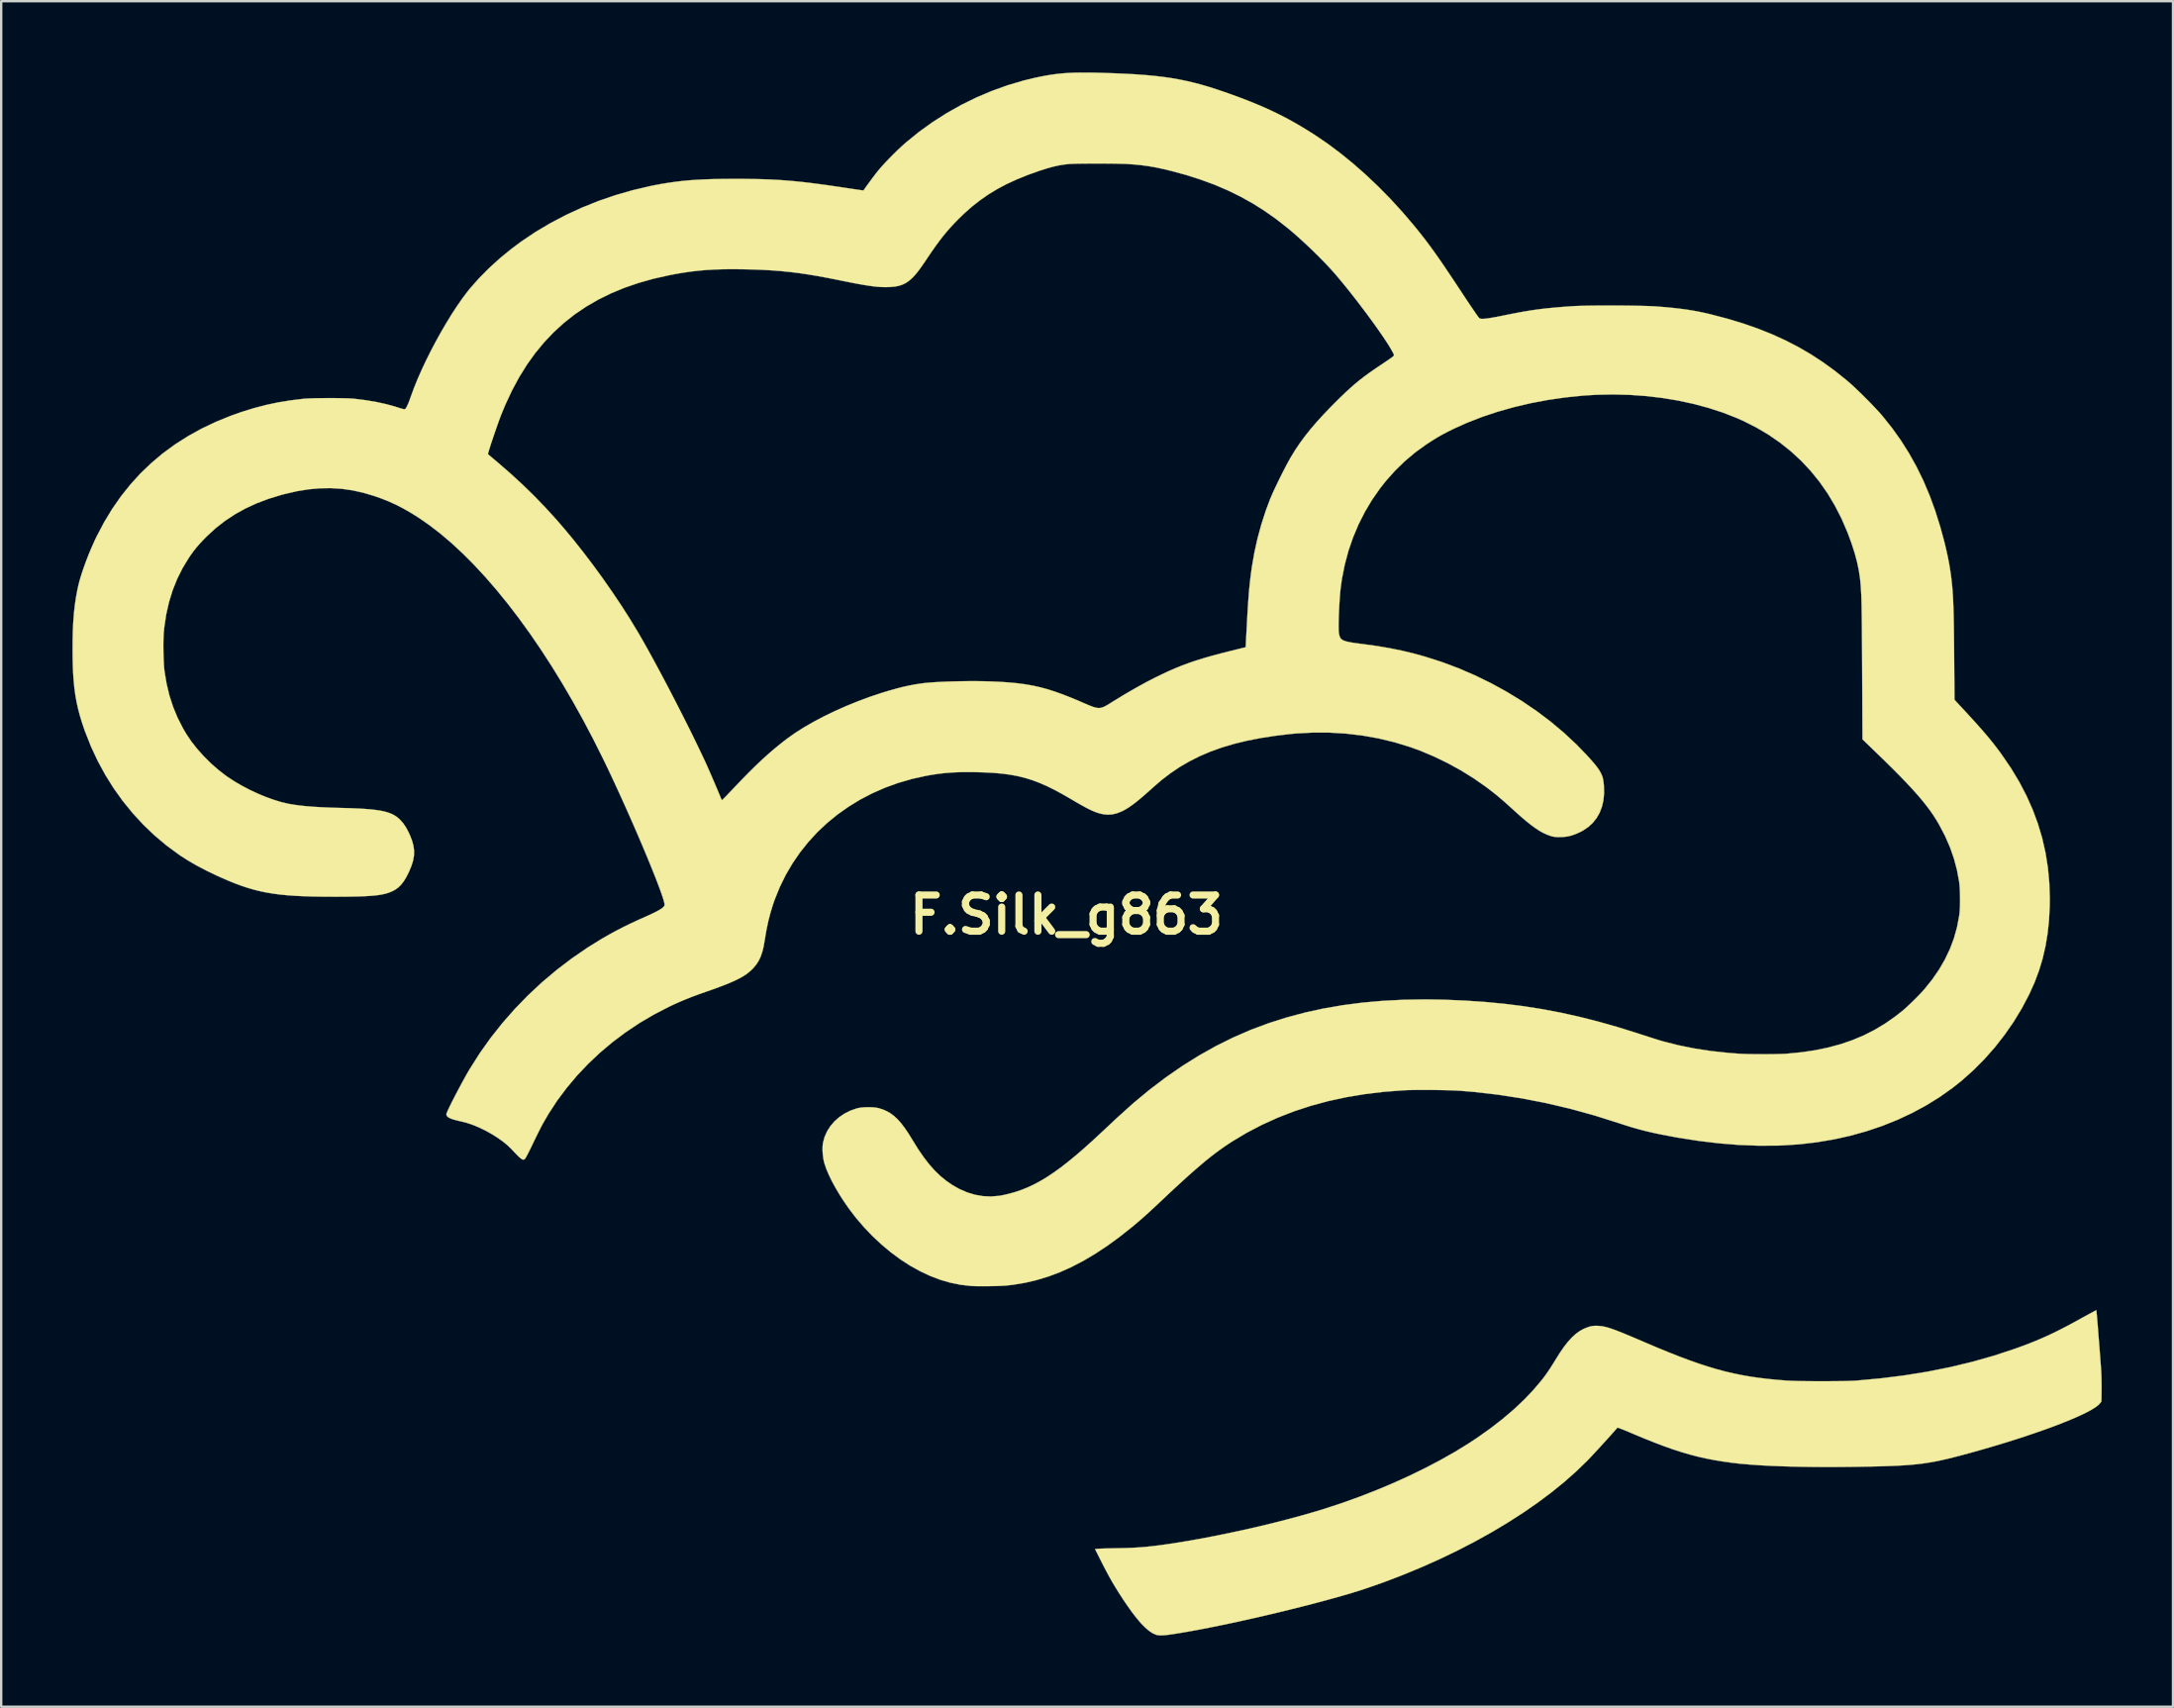
<source format=kicad_pcb>
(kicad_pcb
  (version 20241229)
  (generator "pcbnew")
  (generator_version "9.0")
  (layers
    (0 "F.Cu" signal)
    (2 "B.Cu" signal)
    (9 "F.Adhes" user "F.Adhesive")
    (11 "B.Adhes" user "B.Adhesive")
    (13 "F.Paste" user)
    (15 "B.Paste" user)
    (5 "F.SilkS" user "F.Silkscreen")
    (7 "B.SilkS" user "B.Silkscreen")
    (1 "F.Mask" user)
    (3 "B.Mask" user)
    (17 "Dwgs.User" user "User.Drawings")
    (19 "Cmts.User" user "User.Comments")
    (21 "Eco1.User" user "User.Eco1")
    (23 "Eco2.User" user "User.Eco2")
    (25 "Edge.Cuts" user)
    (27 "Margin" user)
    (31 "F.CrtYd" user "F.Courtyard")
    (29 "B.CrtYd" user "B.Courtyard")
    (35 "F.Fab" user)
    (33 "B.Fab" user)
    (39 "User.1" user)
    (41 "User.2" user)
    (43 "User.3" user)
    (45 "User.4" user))
  (footprint "F.Silk_g863"
    (layer "F.Cu")
    (at 41.839 35.454)
    (property "Reference" "F.Silk_g863" (at 0 0 0) (layer "F.SilkS") (effects (font (size 1.524 1.524) (thickness 0.3))))
    (attr through_hole)
    (fp_poly (pts (xy 43.361 16.663) (xy 43.367 16.724) (xy 43.376 16.817) (xy 43.386 16.94) (xy 43.399 17.088) (xy 43.413 17.255) (xy 43.428 17.439) (xy 43.443 17.634) (xy 43.459 17.836) (xy 43.475 18.041) (xy 43.491 18.244) (xy 43.506 18.441) (xy 43.521 18.628) (xy 43.533 18.799) (xy 43.545 18.952) (xy 43.554 19.08) (xy 43.56 19.181) (xy 43.563 19.219) (xy 43.57 19.375) (xy 43.575 19.556) (xy 43.578 19.746) (xy 43.579 19.929) (xy 43.578 20.047) (xy 43.572 20.482) (xy 43.511 20.562) (xy 43.434 20.641) (xy 43.317 20.729) (xy 43.163 20.825) (xy 42.974 20.928) (xy 42.75 21.038) (xy 42.495 21.154) (xy 42.209 21.276) (xy 41.895 21.402) (xy 41.554 21.533) (xy 41.188 21.666) (xy 40.799 21.802) (xy 40.39 21.941) (xy 39.961 22.08) (xy 39.515 22.22) (xy 39.053 22.359) (xy 38.577 22.498) (xy 38.089 22.636) (xy 38 22.66) (xy 37.67 22.749) (xy 37.368 22.828) (xy 37.088 22.897) (xy 36.824 22.957) (xy 36.572 23.008) (xy 36.325 23.052) (xy 36.079 23.09) (xy 35.829 23.121) (xy 35.568 23.146) (xy 35.292 23.167) (xy 34.995 23.184) (xy 34.672 23.198) (xy 34.318 23.21) (xy 33.927 23.219) (xy 33.901 23.22) (xy 33.213 23.232) (xy 32.551 23.239) (xy 31.915 23.241) (xy 31.308 23.236) (xy 30.731 23.227) (xy 30.186 23.212) (xy 29.674 23.192) (xy 29.198 23.167) (xy 28.759 23.136) (xy 28.358 23.101) (xy 27.998 23.06) (xy 27.993 23.059) (xy 27.628 23.008) (xy 27.276 22.95) (xy 26.933 22.883) (xy 26.593 22.807) (xy 26.253 22.718) (xy 25.906 22.617) (xy 25.549 22.502) (xy 25.175 22.37) (xy 24.781 22.221) (xy 24.362 22.054) (xy 23.912 21.867) (xy 23.814 21.825) (xy 23.665 21.762) (xy 23.528 21.705) (xy 23.409 21.658) (xy 23.312 21.62) (xy 23.242 21.595) (xy 23.204 21.584) (xy 23.198 21.584) (xy 23.119 21.675) (xy 23.018 21.789) (xy 22.9 21.921) (xy 22.77 22.065) (xy 22.633 22.216) (xy 22.494 22.368) (xy 22.358 22.516) (xy 22.23 22.655) (xy 22.115 22.779) (xy 22.018 22.882) (xy 21.943 22.959) (xy 21.94 22.963) (xy 21.472 23.417) (xy 20.964 23.867) (xy 20.419 24.309) (xy 19.837 24.744) (xy 19.223 25.169) (xy 18.576 25.584) (xy 17.901 25.987) (xy 17.198 26.378) (xy 16.471 26.754) (xy 15.72 27.115) (xy 14.949 27.459) (xy 14.16 27.785) (xy 13.354 28.093) (xy 12.647 28.341) (xy 12.345 28.44) (xy 12.005 28.545) (xy 11.632 28.654) (xy 11.229 28.768) (xy 10.801 28.885) (xy 10.352 29.004) (xy 9.886 29.123) (xy 9.406 29.243) (xy 8.918 29.362) (xy 8.425 29.479) (xy 7.931 29.593) (xy 7.441 29.703) (xy 6.958 29.808) (xy 6.487 29.907) (xy 6.032 29.999) (xy 5.596 30.084) (xy 5.185 30.159) (xy 4.921 30.205) (xy 4.685 30.244) (xy 4.486 30.275) (xy 4.32 30.299) (xy 4.182 30.315) (xy 4.069 30.324) (xy 3.976 30.327) (xy 3.898 30.324) (xy 3.832 30.314) (xy 3.773 30.299) (xy 3.756 30.293) (xy 3.617 30.229) (xy 3.469 30.128) (xy 3.309 29.989) (xy 3.137 29.813) (xy 2.954 29.598) (xy 2.758 29.344) (xy 2.55 29.051) (xy 2.386 28.808) (xy 2.217 28.547) (xy 2.067 28.306) (xy 1.928 28.074) (xy 1.796 27.839) (xy 1.662 27.59) (xy 1.52 27.316) (xy 1.491 27.259) (xy 1.207 26.694) (xy 1.318 26.683) (xy 1.366 26.68) (xy 1.45 26.676) (xy 1.565 26.672) (xy 1.704 26.668) (xy 1.861 26.665) (xy 2.03 26.661) (xy 2.127 26.659) (xy 2.425 26.653) (xy 2.693 26.644) (xy 2.941 26.632) (xy 3.178 26.616) (xy 3.413 26.595) (xy 3.657 26.568) (xy 3.917 26.536) (xy 4.204 26.496) (xy 4.4 26.467) (xy 4.982 26.375) (xy 5.589 26.269) (xy 6.213 26.15) (xy 6.848 26.021) (xy 7.487 25.883) (xy 8.123 25.738) (xy 8.749 25.586) (xy 9.358 25.43) (xy 9.944 25.271) (xy 10.499 25.111) (xy 10.874 24.996) (xy 11.614 24.753) (xy 12.348 24.489) (xy 13.07 24.207) (xy 13.776 23.91) (xy 14.464 23.598) (xy 15.128 23.273) (xy 15.764 22.938) (xy 16.37 22.595) (xy 16.939 22.244) (xy 17.283 22.018) (xy 17.841 21.623) (xy 18.357 21.223) (xy 18.833 20.819) (xy 19.268 20.409) (xy 19.664 19.992) (xy 20.005 19.59) (xy 20.13 19.427) (xy 20.252 19.257) (xy 20.377 19.07) (xy 20.51 18.859) (xy 20.594 18.722) (xy 20.775 18.434) (xy 20.947 18.184) (xy 21.114 17.97) (xy 21.278 17.79) (xy 21.441 17.641) (xy 21.607 17.52) (xy 21.778 17.425) (xy 21.956 17.354) (xy 22.056 17.324) (xy 22.152 17.305) (xy 22.254 17.297) (xy 22.378 17.299) (xy 22.394 17.3) (xy 22.473 17.306) (xy 22.552 17.316) (xy 22.634 17.331) (xy 22.724 17.352) (xy 22.825 17.38) (xy 22.938 17.417) (xy 23.068 17.463) (xy 23.218 17.52) (xy 23.391 17.588) (xy 23.59 17.67) (xy 23.818 17.765) (xy 24.078 17.876) (xy 24.37 18.001) (xy 24.876 18.216) (xy 25.349 18.41) (xy 25.793 18.586) (xy 26.213 18.743) (xy 26.613 18.884) (xy 26.996 19.009) (xy 27.366 19.12) (xy 27.728 19.217) (xy 28.086 19.301) (xy 28.443 19.374) (xy 28.804 19.437) (xy 29.173 19.49) (xy 29.553 19.535) (xy 29.949 19.574) (xy 30.342 19.604) (xy 30.47 19.611) (xy 30.632 19.617) (xy 30.825 19.622) (xy 31.041 19.626) (xy 31.274 19.629) (xy 31.52 19.63) (xy 31.772 19.631) (xy 32.024 19.631) (xy 32.27 19.629) (xy 32.505 19.627) (xy 32.723 19.624) (xy 32.918 19.619) (xy 33.083 19.613) (xy 33.214 19.607) (xy 33.242 19.605) (xy 34.276 19.51) (xy 35.281 19.384) (xy 36.26 19.226) (xy 37.213 19.035) (xy 38.139 18.812) (xy 39.039 18.557) (xy 39.914 18.269) (xy 40.227 18.156) (xy 40.512 18.048) (xy 40.782 17.941) (xy 41.042 17.831) (xy 41.3 17.716) (xy 41.561 17.593) (xy 41.833 17.458) (xy 42.121 17.309) (xy 42.433 17.142) (xy 42.732 16.977) (xy 42.88 16.896) (xy 43.015 16.822) (xy 43.134 16.757) (xy 43.232 16.705) (xy 43.304 16.666) (xy 43.348 16.645) (xy 43.358 16.641) (xy 43.361 16.663)) (stroke (width 0.01) (type solid)) (fill yes) (layer "F.SilkS"))
    (fp_poly (pts (xy 0.925 -35.449) (xy 1.261 -35.443) (xy 1.556 -35.435) (xy 2.054 -35.418) (xy 2.513 -35.398) (xy 2.94 -35.374) (xy 3.337 -35.344) (xy 3.709 -35.31) (xy 4.061 -35.269) (xy 4.397 -35.221) (xy 4.721 -35.165) (xy 5.038 -35.101) (xy 5.351 -35.028) (xy 5.666 -34.945) (xy 5.987 -34.852) (xy 6.317 -34.747) (xy 6.662 -34.63) (xy 6.847 -34.565) (xy 7.327 -34.39) (xy 7.771 -34.218) (xy 8.186 -34.046) (xy 8.579 -33.871) (xy 8.956 -33.689) (xy 9.324 -33.499) (xy 9.689 -33.295) (xy 10.058 -33.076) (xy 10.437 -32.838) (xy 10.467 -32.819) (xy 11.001 -32.456) (xy 11.538 -32.054) (xy 12.075 -31.617) (xy 12.608 -31.148) (xy 13.134 -30.649) (xy 13.649 -30.125) (xy 14.15 -29.577) (xy 14.634 -29.01) (xy 14.762 -28.853) (xy 14.897 -28.684) (xy 15.027 -28.519) (xy 15.154 -28.354) (xy 15.28 -28.185) (xy 15.409 -28.009) (xy 15.542 -27.823) (xy 15.683 -27.624) (xy 15.833 -27.407) (xy 15.994 -27.169) (xy 16.17 -26.907) (xy 16.363 -26.618) (xy 16.575 -26.297) (xy 16.668 -26.156) (xy 16.79 -25.971) (xy 16.907 -25.795) (xy 17.016 -25.633) (xy 17.115 -25.487) (xy 17.202 -25.361) (xy 17.273 -25.258) (xy 17.328 -25.181) (xy 17.363 -25.135) (xy 17.375 -25.122) (xy 17.406 -25.101) (xy 17.44 -25.089) (xy 17.488 -25.084) (xy 17.56 -25.086) (xy 17.621 -25.09) (xy 17.697 -25.098) (xy 17.805 -25.114) (xy 17.938 -25.136) (xy 18.086 -25.162) (xy 18.241 -25.192) (xy 18.33 -25.21) (xy 18.662 -25.278) (xy 18.962 -25.336) (xy 19.238 -25.387) (xy 19.498 -25.43) (xy 19.751 -25.468) (xy 20.003 -25.501) (xy 20.263 -25.53) (xy 20.539 -25.557) (xy 20.839 -25.583) (xy 21.171 -25.607) (xy 21.294 -25.616) (xy 21.435 -25.624) (xy 21.612 -25.63) (xy 21.821 -25.636) (xy 22.056 -25.64) (xy 22.311 -25.643) (xy 22.581 -25.645) (xy 22.86 -25.645) (xy 23.144 -25.645) (xy 23.425 -25.643) (xy 23.7 -25.64) (xy 23.962 -25.636) (xy 24.207 -25.631) (xy 24.428 -25.625) (xy 24.62 -25.618) (xy 24.778 -25.61) (xy 24.839 -25.606) (xy 25.208 -25.576) (xy 25.542 -25.544) (xy 25.847 -25.509) (xy 26.13 -25.471) (xy 26.398 -25.428) (xy 26.659 -25.379) (xy 26.918 -25.323) (xy 27.125 -25.274) (xy 27.82 -25.092) (xy 28.478 -24.893) (xy 29.103 -24.676) (xy 29.698 -24.439) (xy 30.267 -24.18) (xy 30.813 -23.899) (xy 31.339 -23.593) (xy 31.849 -23.26) (xy 32.345 -22.9) (xy 32.831 -22.511) (xy 32.904 -22.449) (xy 33.04 -22.33) (xy 33.197 -22.185) (xy 33.368 -22.023) (xy 33.546 -21.848) (xy 33.726 -21.669) (xy 33.901 -21.49) (xy 34.064 -21.318) (xy 34.21 -21.161) (xy 34.331 -21.023) (xy 34.353 -20.997) (xy 34.757 -20.492) (xy 35.13 -19.969) (xy 35.473 -19.427) (xy 35.787 -18.863) (xy 36.075 -18.275) (xy 36.336 -17.66) (xy 36.572 -17.016) (xy 36.785 -16.34) (xy 36.957 -15.707) (xy 37.037 -15.375) (xy 37.104 -15.073) (xy 37.159 -14.788) (xy 37.205 -14.512) (xy 37.22 -14.41) (xy 37.241 -14.26) (xy 37.259 -14.112) (xy 37.276 -13.964) (xy 37.291 -13.813) (xy 37.304 -13.655) (xy 37.315 -13.488) (xy 37.326 -13.308) (xy 37.334 -13.112) (xy 37.342 -12.897) (xy 37.349 -12.66) (xy 37.355 -12.398) (xy 37.36 -12.108) (xy 37.364 -11.786) (xy 37.368 -11.429) (xy 37.372 -11.034) (xy 37.373 -10.839) (xy 37.387 -9.052) (xy 37.879 -8.521) (xy 38.123 -8.255) (xy 38.341 -8.014) (xy 38.537 -7.793) (xy 38.714 -7.588) (xy 38.876 -7.394) (xy 39.028 -7.205) (xy 39.172 -7.018) (xy 39.314 -6.829) (xy 39.389 -6.724) (xy 39.774 -6.159) (xy 40.117 -5.588) (xy 40.418 -5.011) (xy 40.679 -4.426) (xy 40.898 -3.834) (xy 41.078 -3.231) (xy 41.217 -2.618) (xy 41.317 -1.992) (xy 41.377 -1.354) (xy 41.399 -0.701) (xy 41.395 -0.36) (xy 41.365 0.227) (xy 41.306 0.785) (xy 41.217 1.321) (xy 41.098 1.838) (xy 40.946 2.341) (xy 40.762 2.835) (xy 40.543 3.322) (xy 40.525 3.359) (xy 40.218 3.941) (xy 39.874 4.506) (xy 39.496 5.051) (xy 39.087 5.574) (xy 38.649 6.07) (xy 38.185 6.537) (xy 37.697 6.972) (xy 37.303 7.286) (xy 36.763 7.669) (xy 36.195 8.021) (xy 35.601 8.341) (xy 34.983 8.63) (xy 34.342 8.886) (xy 33.68 9.109) (xy 33 9.298) (xy 32.302 9.453) (xy 31.589 9.573) (xy 30.862 9.658) (xy 30.123 9.706) (xy 29.919 9.713) (xy 29.129 9.716) (xy 28.317 9.685) (xy 27.483 9.618) (xy 26.628 9.516) (xy 25.752 9.38) (xy 25.051 9.248) (xy 24.713 9.177) (xy 24.398 9.104) (xy 24.095 9.025) (xy 23.789 8.938) (xy 23.468 8.837) (xy 23.241 8.763) (xy 22.224 8.442) (xy 21.21 8.163) (xy 20.199 7.925) (xy 19.188 7.728) (xy 18.176 7.571) (xy 17.16 7.454) (xy 16.605 7.408) (xy 16.449 7.398) (xy 16.257 7.39) (xy 16.039 7.383) (xy 15.801 7.378) (xy 15.551 7.374) (xy 15.297 7.371) (xy 15.046 7.37) (xy 14.806 7.371) (xy 14.585 7.374) (xy 14.389 7.378) (xy 14.227 7.385) (xy 14.213 7.385) (xy 13.379 7.448) (xy 12.57 7.545) (xy 11.786 7.676) (xy 11.027 7.84) (xy 10.291 8.039) (xy 9.58 8.272) (xy 8.892 8.54) (xy 8.227 8.842) (xy 7.585 9.178) (xy 7.009 9.522) (xy 6.819 9.644) (xy 6.632 9.771) (xy 6.445 9.903) (xy 6.255 10.044) (xy 6.059 10.196) (xy 5.855 10.36) (xy 5.641 10.54) (xy 5.412 10.737) (xy 5.167 10.953) (xy 4.903 11.192) (xy 4.617 11.454) (xy 4.307 11.743) (xy 4.032 12.002) (xy 3.822 12.2) (xy 3.637 12.372) (xy 3.471 12.524) (xy 3.321 12.661) (xy 3.18 12.786) (xy 3.043 12.904) (xy 2.906 13.021) (xy 2.763 13.139) (xy 2.731 13.166) (xy 2.213 13.575) (xy 1.704 13.944) (xy 1.204 14.274) (xy 0.709 14.566) (xy 0.219 14.821) (xy -0.27 15.04) (xy -0.759 15.224) (xy -1.25 15.372) (xy -1.744 15.488) (xy -2.244 15.571) (xy -2.487 15.599) (xy -2.609 15.609) (xy -2.764 15.617) (xy -2.943 15.624) (xy -3.136 15.628) (xy -3.334 15.631) (xy -3.529 15.632) (xy -3.711 15.631) (xy -3.872 15.628) (xy -4.002 15.622) (xy -4.032 15.62) (xy -4.463 15.569) (xy -4.886 15.483) (xy -5.306 15.361) (xy -5.725 15.202) (xy -6.148 15.004) (xy -6.577 14.766) (xy -6.578 14.766) (xy -6.982 14.505) (xy -7.384 14.208) (xy -7.779 13.878) (xy -8.16 13.521) (xy -8.524 13.142) (xy -8.863 12.746) (xy -9.158 12.359) (xy -9.361 12.066) (xy -9.55 11.772) (xy -9.72 11.484) (xy -9.872 11.205) (xy -10.001 10.94) (xy -10.105 10.694) (xy -10.181 10.471) (xy -10.194 10.426) (xy -10.229 10.268) (xy -10.252 10.092) (xy -10.263 9.913) (xy -10.261 9.744) (xy -10.246 9.601) (xy -10.245 9.597) (xy -10.178 9.349) (xy -10.074 9.114) (xy -9.934 8.895) (xy -9.763 8.695) (xy -9.563 8.517) (xy -9.338 8.365) (xy -9.09 8.241) (xy -8.823 8.148) (xy -8.77 8.135) (xy -8.651 8.114) (xy -8.505 8.101) (xy -8.345 8.096) (xy -8.186 8.1) (xy -8.039 8.112) (xy -7.919 8.133) (xy -7.906 8.136) (xy -7.726 8.192) (xy -7.559 8.264) (xy -7.401 8.356) (xy -7.25 8.469) (xy -7.103 8.606) (xy -6.955 8.772) (xy -6.805 8.969) (xy -6.648 9.2) (xy -6.483 9.467) (xy -6.461 9.504) (xy -6.231 9.874) (xy -6.003 10.204) (xy -5.775 10.499) (xy -5.544 10.76) (xy -5.306 10.99) (xy -5.06 11.192) (xy -4.802 11.37) (xy -4.53 11.525) (xy -4.486 11.547) (xy -4.164 11.686) (xy -3.837 11.784) (xy -3.505 11.84) (xy -3.171 11.855) (xy -2.836 11.828) (xy -2.673 11.799) (xy -2.4 11.736) (xy -2.132 11.66) (xy -1.869 11.569) (xy -1.606 11.462) (xy -1.343 11.337) (xy -1.077 11.193) (xy -0.804 11.028) (xy -0.523 10.84) (xy -0.23 10.629) (xy 0.075 10.392) (xy 0.397 10.127) (xy 0.737 9.834) (xy 1.098 9.51) (xy 1.48 9.157) (xy 1.608 9.037) (xy 1.74 8.913) (xy 1.869 8.793) (xy 1.987 8.682) (xy 2.087 8.588) (xy 2.146 8.533) (xy 2.819 7.927) (xy 3.5 7.363) (xy 4.188 6.841) (xy 4.885 6.359) (xy 5.589 5.919) (xy 6.302 5.52) (xy 7.024 5.162) (xy 7.754 4.845) (xy 7.8 4.827) (xy 8.524 4.557) (xy 9.267 4.321) (xy 10.032 4.116) (xy 10.82 3.944) (xy 11.63 3.804) (xy 12.464 3.695) (xy 13.324 3.619) (xy 14.209 3.574) (xy 15.121 3.56) (xy 15.914 3.573) (xy 16.786 3.61) (xy 17.627 3.667) (xy 18.444 3.745) (xy 19.243 3.845) (xy 20.031 3.969) (xy 20.815 4.118) (xy 21.6 4.292) (xy 22.394 4.494) (xy 23.204 4.723) (xy 24.035 4.982) (xy 24.137 5.016) (xy 24.317 5.074) (xy 24.496 5.132) (xy 24.667 5.186) (xy 24.823 5.235) (xy 24.957 5.277) (xy 25.063 5.309) (xy 25.113 5.324) (xy 25.769 5.49) (xy 26.451 5.627) (xy 27.163 5.735) (xy 27.904 5.814) (xy 28.289 5.843) (xy 28.442 5.851) (xy 28.625 5.858) (xy 28.831 5.862) (xy 29.054 5.865) (xy 29.284 5.866) (xy 29.514 5.866) (xy 29.736 5.864) (xy 29.943 5.86) (xy 30.127 5.855) (xy 30.281 5.848) (xy 30.342 5.844) (xy 30.951 5.784) (xy 31.528 5.698) (xy 32.076 5.584) (xy 32.597 5.443) (xy 33.093 5.273) (xy 33.568 5.073) (xy 34.023 4.842) (xy 34.461 4.58) (xy 34.884 4.285) (xy 35.19 4.045) (xy 35.31 3.941) (xy 35.449 3.814) (xy 35.598 3.672) (xy 35.75 3.522) (xy 35.896 3.374) (xy 36.026 3.236) (xy 36.118 3.133) (xy 36.449 2.722) (xy 36.739 2.301) (xy 36.988 1.871) (xy 37.197 1.431) (xy 37.366 0.979) (xy 37.495 0.515) (xy 37.585 0.038) (xy 37.596 -0.042) (xy 37.608 -0.176) (xy 37.617 -0.342) (xy 37.621 -0.528) (xy 37.621 -0.725) (xy 37.617 -0.921) (xy 37.609 -1.106) (xy 37.597 -1.27) (xy 37.584 -1.386) (xy 37.492 -1.884) (xy 37.363 -2.37) (xy 37.195 -2.85) (xy 36.987 -3.324) (xy 36.739 -3.797) (xy 36.623 -3.994) (xy 36.499 -4.188) (xy 36.361 -4.388) (xy 36.205 -4.595) (xy 36.031 -4.813) (xy 35.835 -5.044) (xy 35.616 -5.288) (xy 35.373 -5.55) (xy 35.103 -5.83) (xy 34.805 -6.131) (xy 34.477 -6.455) (xy 34.277 -6.649) (xy 33.513 -7.387) (xy 33.5 -10.239) (xy 33.498 -10.686) (xy 33.496 -11.093) (xy 33.494 -11.463) (xy 33.491 -11.797) (xy 33.489 -12.099) (xy 33.486 -12.37) (xy 33.483 -12.614) (xy 33.479 -12.832) (xy 33.476 -13.027) (xy 33.471 -13.201) (xy 33.466 -13.358) (xy 33.461 -13.498) (xy 33.454 -13.625) (xy 33.447 -13.741) (xy 33.44 -13.848) (xy 33.431 -13.949) (xy 33.422 -14.047) (xy 33.412 -14.143) (xy 33.411 -14.15) (xy 33.361 -14.493) (xy 33.286 -14.849) (xy 33.186 -15.222) (xy 33.06 -15.617) (xy 32.905 -16.038) (xy 32.878 -16.107) (xy 32.631 -16.68) (xy 32.352 -17.224) (xy 32.043 -17.74) (xy 31.704 -18.226) (xy 31.334 -18.682) (xy 30.934 -19.109) (xy 30.504 -19.506) (xy 30.044 -19.873) (xy 29.555 -20.21) (xy 29.036 -20.516) (xy 28.488 -20.792) (xy 28.226 -20.908) (xy 27.648 -21.135) (xy 27.041 -21.333) (xy 26.41 -21.503) (xy 25.758 -21.644) (xy 25.089 -21.754) (xy 24.407 -21.835) (xy 23.716 -21.884) (xy 23.018 -21.902) (xy 22.319 -21.888) (xy 21.769 -21.855) (xy 21.015 -21.778) (xy 20.273 -21.671) (xy 19.545 -21.534) (xy 18.836 -21.367) (xy 18.149 -21.173) (xy 17.486 -20.951) (xy 16.851 -20.703) (xy 16.309 -20.459) (xy 16.055 -20.333) (xy 15.826 -20.213) (xy 15.609 -20.089) (xy 15.39 -19.954) (xy 15.155 -19.801) (xy 14.688 -19.464) (xy 14.248 -19.094) (xy 13.834 -18.691) (xy 13.446 -18.255) (xy 13.203 -17.946) (xy 12.867 -17.464) (xy 12.565 -16.957) (xy 12.298 -16.429) (xy 12.068 -15.882) (xy 11.874 -15.318) (xy 11.719 -14.738) (xy 11.602 -14.146) (xy 11.548 -13.769) (xy 11.532 -13.617) (xy 11.517 -13.444) (xy 11.503 -13.255) (xy 11.491 -13.056) (xy 11.48 -12.855) (xy 11.471 -12.655) (xy 11.465 -12.464) (xy 11.461 -12.288) (xy 11.46 -12.132) (xy 11.462 -12.003) (xy 11.467 -11.906) (xy 11.471 -11.865) (xy 11.486 -11.785) (xy 11.505 -11.717) (xy 11.531 -11.659) (xy 11.569 -11.612) (xy 11.621 -11.571) (xy 11.692 -11.537) (xy 11.785 -11.507) (xy 11.904 -11.48) (xy 12.052 -11.454) (xy 12.234 -11.428) (xy 12.454 -11.399) (xy 12.541 -11.388) (xy 13.095 -11.311) (xy 13.618 -11.222) (xy 14.12 -11.12) (xy 14.612 -11.002) (xy 15.091 -10.87) (xy 15.808 -10.641) (xy 16.515 -10.376) (xy 17.209 -10.076) (xy 17.887 -9.745) (xy 18.547 -9.383) (xy 19.186 -8.992) (xy 19.8 -8.574) (xy 20.387 -8.131) (xy 20.945 -7.663) (xy 21.469 -7.174) (xy 21.891 -6.739) (xy 22.041 -6.574) (xy 22.164 -6.435) (xy 22.264 -6.317) (xy 22.344 -6.214) (xy 22.408 -6.124) (xy 22.46 -6.04) (xy 22.487 -5.991) (xy 22.534 -5.896) (xy 22.568 -5.809) (xy 22.592 -5.717) (xy 22.61 -5.61) (xy 22.624 -5.475) (xy 22.628 -5.433) (xy 22.636 -5.12) (xy 22.609 -4.826) (xy 22.547 -4.553) (xy 22.451 -4.301) (xy 22.321 -4.073) (xy 22.159 -3.869) (xy 21.965 -3.692) (xy 21.74 -3.542) (xy 21.643 -3.491) (xy 21.447 -3.402) (xy 21.27 -3.339) (xy 21.1 -3.298) (xy 20.925 -3.277) (xy 20.796 -3.273) (xy 20.674 -3.273) (xy 20.581 -3.278) (xy 20.503 -3.289) (xy 20.427 -3.307) (xy 20.384 -3.32) (xy 20.236 -3.374) (xy 20.084 -3.443) (xy 19.926 -3.53) (xy 19.759 -3.638) (xy 19.579 -3.768) (xy 19.383 -3.923) (xy 19.166 -4.106) (xy 18.927 -4.319) (xy 18.89 -4.352) (xy 18.696 -4.528) (xy 18.527 -4.68) (xy 18.377 -4.812) (xy 18.241 -4.928) (xy 18.114 -5.035) (xy 17.989 -5.135) (xy 17.862 -5.234) (xy 17.726 -5.337) (xy 17.636 -5.405) (xy 17.136 -5.753) (xy 16.606 -6.081) (xy 16.054 -6.384) (xy 15.487 -6.659) (xy 14.915 -6.901) (xy 14.473 -7.062) (xy 13.816 -7.263) (xy 13.146 -7.424) (xy 12.464 -7.546) (xy 11.772 -7.628) (xy 11.072 -7.67) (xy 10.367 -7.671) (xy 9.66 -7.633) (xy 9.409 -7.609) (xy 8.768 -7.532) (xy 8.164 -7.438) (xy 7.594 -7.326) (xy 7.057 -7.195) (xy 6.549 -7.044) (xy 6.069 -6.872) (xy 5.615 -6.678) (xy 5.183 -6.461) (xy 4.771 -6.222) (xy 4.379 -5.957) (xy 4.002 -5.668) (xy 3.675 -5.385) (xy 3.444 -5.178) (xy 3.239 -4.998) (xy 3.057 -4.844) (xy 2.894 -4.713) (xy 2.747 -4.604) (xy 2.613 -4.512) (xy 2.489 -4.436) (xy 2.37 -4.373) (xy 2.338 -4.357) (xy 2.128 -4.274) (xy 1.93 -4.227) (xy 1.735 -4.215) (xy 1.554 -4.234) (xy 1.444 -4.257) (xy 1.334 -4.288) (xy 1.217 -4.329) (xy 1.091 -4.381) (xy 0.95 -4.448) (xy 0.791 -4.53) (xy 0.609 -4.631) (xy 0.399 -4.751) (xy 0.222 -4.856) (xy -0.145 -5.068) (xy -0.487 -5.254) (xy -0.811 -5.414) (xy -1.123 -5.551) (xy -1.428 -5.666) (xy -1.733 -5.761) (xy -2.045 -5.838) (xy -2.368 -5.898) (xy -2.709 -5.943) (xy -3.075 -5.975) (xy -3.471 -5.995) (xy -3.833 -6.005) (xy -4.182 -6.008) (xy -4.498 -6.004) (xy -4.79 -5.992) (xy -5.068 -5.971) (xy -5.341 -5.941) (xy -5.617 -5.901) (xy -5.905 -5.851) (xy -5.905 -5.851) (xy -6.501 -5.719) (xy -7.078 -5.552) (xy -7.635 -5.35) (xy -8.17 -5.115) (xy -8.683 -4.848) (xy -9.171 -4.549) (xy -9.635 -4.221) (xy -10.072 -3.864) (xy -10.481 -3.479) (xy -10.86 -3.067) (xy -11.21 -2.629) (xy -11.527 -2.167) (xy -11.812 -1.681) (xy -12.062 -1.173) (xy -12.277 -0.643) (xy -12.35 -0.433) (xy -12.455 -0.09) (xy -12.547 0.265) (xy -12.626 0.64) (xy -12.695 1.047) (xy -12.701 1.087) (xy -12.747 1.348) (xy -12.803 1.573) (xy -12.872 1.769) (xy -12.956 1.942) (xy -13.057 2.097) (xy -13.173 2.236) (xy -13.268 2.332) (xy -13.371 2.422) (xy -13.485 2.508) (xy -13.614 2.591) (xy -13.76 2.673) (xy -13.927 2.757) (xy -14.12 2.843) (xy -14.34 2.934) (xy -14.591 3.03) (xy -14.877 3.135) (xy -15.142 3.228) (xy -15.463 3.341) (xy -15.752 3.448) (xy -16.017 3.553) (xy -16.267 3.658) (xy -16.512 3.767) (xy -16.735 3.873) (xy -17.362 4.197) (xy -17.967 4.553) (xy -18.547 4.94) (xy -19.102 5.356) (xy -19.629 5.799) (xy -20.127 6.268) (xy -20.594 6.761) (xy -21.028 7.276) (xy -21.429 7.812) (xy -21.793 8.368) (xy -22.045 8.802) (xy -22.092 8.892) (xy -22.154 9.012) (xy -22.225 9.154) (xy -22.303 9.31) (xy -22.382 9.473) (xy -22.46 9.634) (xy -22.462 9.638) (xy -22.533 9.786) (xy -22.6 9.922) (xy -22.661 10.043) (xy -22.714 10.143) (xy -22.754 10.216) (xy -22.78 10.258) (xy -22.785 10.263) (xy -22.815 10.289) (xy -22.845 10.303) (xy -22.88 10.302) (xy -22.922 10.284) (xy -22.974 10.247) (xy -23.041 10.188) (xy -23.126 10.105) (xy -23.232 9.995) (xy -23.363 9.856) (xy -23.368 9.851) (xy -23.529 9.696) (xy -23.724 9.537) (xy -23.947 9.379) (xy -24.189 9.227) (xy -24.445 9.085) (xy -24.706 8.958) (xy -24.717 8.953) (xy -24.902 8.874) (xy -25.07 8.811) (xy -25.238 8.757) (xy -25.422 8.709) (xy -25.544 8.68) (xy -25.722 8.637) (xy -25.862 8.595) (xy -25.966 8.552) (xy -26.037 8.508) (xy -26.08 8.46) (xy -26.098 8.406) (xy -26.099 8.39) (xy -26.089 8.353) (xy -26.06 8.283) (xy -26.016 8.185) (xy -25.957 8.062) (xy -25.887 7.919) (xy -25.807 7.761) (xy -25.72 7.592) (xy -25.628 7.416) (xy -25.533 7.237) (xy -25.437 7.059) (xy -25.343 6.888) (xy -25.253 6.726) (xy -25.168 6.579) (xy -25.114 6.488) (xy -24.693 5.824) (xy -24.235 5.18) (xy -23.742 4.558) (xy -23.216 3.959) (xy -22.659 3.386) (xy -22.072 2.839) (xy -21.458 2.321) (xy -20.818 1.834) (xy -20.154 1.378) (xy -19.564 1.013) (xy -19.256 0.836) (xy -18.955 0.672) (xy -18.65 0.514) (xy -18.331 0.359) (xy -17.988 0.2) (xy -17.791 0.113) (xy -17.567 0.012) (xy -17.38 -0.076) (xy -17.229 -0.152) (xy -17.11 -0.219) (xy -17.021 -0.278) (xy -16.96 -0.33) (xy -16.925 -0.377) (xy -16.912 -0.42) (xy -16.912 -0.424) (xy -16.921 -0.49) (xy -16.947 -0.593) (xy -16.988 -0.729) (xy -17.045 -0.897) (xy -17.116 -1.093) (xy -17.199 -1.315) (xy -17.294 -1.562) (xy -17.401 -1.829) (xy -17.517 -2.116) (xy -17.642 -2.42) (xy -17.774 -2.737) (xy -17.914 -3.067) (xy -18.059 -3.406) (xy -18.209 -3.752) (xy -18.363 -4.102) (xy -18.52 -4.455) (xy -18.678 -4.807) (xy -18.837 -5.157) (xy -18.996 -5.502) (xy -19.153 -5.84) (xy -19.308 -6.167) (xy -19.46 -6.482) (xy -19.504 -6.572) (xy -19.918 -7.399) (xy -20.342 -8.203) (xy -20.776 -8.983) (xy -21.218 -9.738) (xy -21.667 -10.468) (xy -22.122 -11.169) (xy -22.583 -11.843) (xy -23.049 -12.486) (xy -23.518 -13.098) (xy -23.99 -13.678) (xy -24.463 -14.224) (xy -24.938 -14.736) (xy -25.412 -15.211) (xy -25.885 -15.649) (xy -26.356 -16.049) (xy -26.824 -16.409) (xy -27.253 -16.706) (xy -27.585 -16.915) (xy -27.9 -17.096) (xy -28.208 -17.255) (xy -28.52 -17.397) (xy -28.845 -17.526) (xy -29.138 -17.629) (xy -29.597 -17.765) (xy -30.05 -17.866) (xy -30.503 -17.93) (xy -30.959 -17.959) (xy -31.422 -17.952) (xy -31.895 -17.909) (xy -32.382 -17.831) (xy -32.887 -17.716) (xy -33.05 -17.673) (xy -33.583 -17.51) (xy -34.085 -17.32) (xy -34.556 -17.103) (xy -34.998 -16.858) (xy -35.414 -16.583) (xy -35.804 -16.279) (xy -36.17 -15.944) (xy -36.186 -15.928) (xy -36.357 -15.754) (xy -36.502 -15.598) (xy -36.63 -15.448) (xy -36.749 -15.297) (xy -36.867 -15.133) (xy -36.945 -15.018) (xy -37.206 -14.588) (xy -37.432 -14.135) (xy -37.621 -13.662) (xy -37.774 -13.167) (xy -37.891 -12.653) (xy -37.971 -12.12) (xy -37.996 -11.867) (xy -38.005 -11.711) (xy -38.01 -11.526) (xy -38.012 -11.321) (xy -38.01 -11.106) (xy -38.005 -10.89) (xy -37.998 -10.683) (xy -37.987 -10.493) (xy -37.973 -10.331) (xy -37.964 -10.252) (xy -37.877 -9.728) (xy -37.757 -9.228) (xy -37.601 -8.749) (xy -37.41 -8.288) (xy -37.183 -7.844) (xy -37.045 -7.609) (xy -36.833 -7.296) (xy -36.586 -6.982) (xy -36.31 -6.674) (xy -36.012 -6.378) (xy -35.698 -6.102) (xy -35.375 -5.852) (xy -35.295 -5.796) (xy -35.009 -5.61) (xy -34.699 -5.43) (xy -34.374 -5.26) (xy -34.04 -5.104) (xy -33.704 -4.964) (xy -33.375 -4.845) (xy -33.06 -4.748) (xy -32.765 -4.678) (xy -32.719 -4.669) (xy -32.503 -4.633) (xy -32.269 -4.601) (xy -32.015 -4.574) (xy -31.735 -4.551) (xy -31.426 -4.532) (xy -31.085 -4.516) (xy -30.707 -4.503) (xy -30.512 -4.498) (xy -30.151 -4.488) (xy -29.83 -4.475) (xy -29.545 -4.459) (xy -29.294 -4.439) (xy -29.073 -4.414) (xy -28.878 -4.385) (xy -28.709 -4.35) (xy -28.56 -4.308) (xy -28.43 -4.26) (xy -28.314 -4.204) (xy -28.211 -4.14) (xy -28.117 -4.067) (xy -28.035 -3.99) (xy -27.913 -3.85) (xy -27.802 -3.686) (xy -27.696 -3.49) (xy -27.629 -3.344) (xy -27.541 -3.116) (xy -27.484 -2.903) (xy -27.457 -2.699) (xy -27.462 -2.496) (xy -27.498 -2.288) (xy -27.566 -2.068) (xy -27.665 -1.829) (xy -27.687 -1.782) (xy -27.794 -1.572) (xy -27.901 -1.4) (xy -28.011 -1.26) (xy -28.129 -1.146) (xy -28.26 -1.054) (xy -28.35 -1.005) (xy -28.449 -0.961) (xy -28.556 -0.921) (xy -28.673 -0.887) (xy -28.804 -0.858) (xy -28.951 -0.833) (xy -29.118 -0.813) (xy -29.308 -0.797) (xy -29.524 -0.784) (xy -29.769 -0.774) (xy -30.046 -0.768) (xy -30.359 -0.764) (xy -30.71 -0.762) (xy -30.787 -0.762) (xy -31.255 -0.764) (xy -31.684 -0.77) (xy -32.079 -0.782) (xy -32.444 -0.799) (xy -32.783 -0.823) (xy -33.099 -0.854) (xy -33.397 -0.893) (xy -33.68 -0.94) (xy -33.953 -0.997) (xy -34.22 -1.064) (xy -34.484 -1.142) (xy -34.749 -1.231) (xy -35.02 -1.332) (xy -35.3 -1.446) (xy -35.594 -1.574) (xy -35.772 -1.655) (xy -36.205 -1.863) (xy -36.602 -2.071) (xy -36.967 -2.282) (xy -37.306 -2.499) (xy -37.359 -2.536) (xy -37.887 -2.925) (xy -38.388 -3.346) (xy -38.861 -3.799) (xy -39.305 -4.281) (xy -39.72 -4.791) (xy -40.104 -5.327) (xy -40.455 -5.889) (xy -40.774 -6.475) (xy -41.059 -7.084) (xy -41.308 -7.714) (xy -41.335 -7.789) (xy -41.439 -8.095) (xy -41.528 -8.39) (xy -41.604 -8.68) (xy -41.668 -8.97) (xy -41.72 -9.266) (xy -41.761 -9.574) (xy -41.792 -9.899) (xy -41.814 -10.246) (xy -41.828 -10.623) (xy -41.834 -11.033) (xy -41.834 -11.187) (xy -41.831 -11.621) (xy -41.82 -12.019) (xy -41.801 -12.387) (xy -41.773 -12.731) (xy -41.736 -13.056) (xy -41.69 -13.368) (xy -41.633 -13.674) (xy -41.603 -13.814) (xy -41.546 -14.042) (xy -41.47 -14.298) (xy -41.378 -14.576) (xy -41.273 -14.868) (xy -41.157 -15.166) (xy -41.033 -15.463) (xy -40.904 -15.751) (xy -40.819 -15.928) (xy -40.509 -16.519) (xy -40.17 -17.079) (xy -39.801 -17.609) (xy -39.404 -18.107) (xy -38.978 -18.576) (xy -38.522 -19.013) (xy -38.072 -19.392) (xy -24.348 -19.392) (xy -24.347 -19.388) (xy -24.327 -19.371) (xy -24.279 -19.33) (xy -24.209 -19.271) (xy -24.121 -19.196) (xy -24.02 -19.111) (xy -23.971 -19.07) (xy -23.422 -18.595) (xy -22.906 -18.122) (xy -22.414 -17.644) (xy -21.938 -17.151) (xy -21.469 -16.637) (xy -21.179 -16.302) (xy -20.766 -15.807) (xy -20.348 -15.28) (xy -19.93 -14.73) (xy -19.518 -14.165) (xy -19.118 -13.592) (xy -18.734 -13.02) (xy -18.373 -12.455) (xy -18.041 -11.907) (xy -18.006 -11.848) (xy -17.827 -11.538) (xy -17.634 -11.195) (xy -17.429 -10.823) (xy -17.215 -10.428) (xy -16.994 -10.015) (xy -16.769 -9.589) (xy -16.543 -9.154) (xy -16.318 -8.717) (xy -16.097 -8.281) (xy -15.882 -7.853) (xy -15.677 -7.438) (xy -15.484 -7.039) (xy -15.305 -6.663) (xy -15.208 -6.456) (xy -15.156 -6.342) (xy -15.092 -6.198) (xy -15.018 -6.031) (xy -14.939 -5.85) (xy -14.858 -5.662) (xy -14.779 -5.477) (xy -14.705 -5.302) (xy -14.639 -5.146) (xy -14.586 -5.017) (xy -14.571 -4.98) (xy -14.541 -4.907) (xy -14.515 -4.854) (xy -14.498 -4.827) (xy -14.496 -4.826) (xy -14.478 -4.841) (xy -14.436 -4.883) (xy -14.371 -4.949) (xy -14.287 -5.035) (xy -14.189 -5.138) (xy -14.078 -5.254) (xy -13.988 -5.35) (xy -13.663 -5.69) (xy -13.359 -6) (xy -13.072 -6.283) (xy -12.797 -6.543) (xy -12.53 -6.783) (xy -12.268 -7.008) (xy -12.006 -7.221) (xy -11.758 -7.413) (xy -11.421 -7.652) (xy -11.047 -7.89) (xy -10.639 -8.125) (xy -10.204 -8.354) (xy -9.746 -8.576) (xy -9.269 -8.788) (xy -8.779 -8.987) (xy -8.281 -9.172) (xy -7.778 -9.34) (xy -7.484 -9.429) (xy -7.171 -9.518) (xy -6.887 -9.591) (xy -6.622 -9.65) (xy -6.368 -9.698) (xy -6.114 -9.737) (xy -5.958 -9.756) (xy -5.776 -9.774) (xy -5.558 -9.789) (xy -5.311 -9.803) (xy -5.042 -9.815) (xy -4.756 -9.824) (xy -4.461 -9.83) (xy -4.163 -9.834) (xy -3.869 -9.835) (xy -3.585 -9.833) (xy -3.319 -9.827) (xy -3.174 -9.823) (xy -2.763 -9.804) (xy -2.388 -9.778) (xy -2.04 -9.744) (xy -1.714 -9.7) (xy -1.401 -9.645) (xy -1.095 -9.576) (xy -0.788 -9.493) (xy -0.475 -9.393) (xy -0.148 -9.276) (xy 0.201 -9.139) (xy 0.578 -8.981) (xy 0.609 -8.967) (xy 0.803 -8.883) (xy 0.964 -8.815) (xy 1.097 -8.763) (xy 1.21 -8.728) (xy 1.306 -8.708) (xy 1.394 -8.705) (xy 1.477 -8.718) (xy 1.564 -8.748) (xy 1.658 -8.794) (xy 1.768 -8.857) (xy 1.897 -8.938) (xy 1.987 -8.994) (xy 2.478 -9.293) (xy 2.945 -9.563) (xy 3.394 -9.809) (xy 3.704 -9.968) (xy 4.011 -10.119) (xy 4.303 -10.256) (xy 4.589 -10.38) (xy 4.874 -10.495) (xy 5.164 -10.603) (xy 5.465 -10.705) (xy 5.785 -10.804) (xy 6.128 -10.903) (xy 6.502 -11.003) (xy 6.86 -11.093) (xy 7.549 -11.264) (xy 7.585 -11.966) (xy 7.604 -12.314) (xy 7.621 -12.624) (xy 7.637 -12.902) (xy 7.654 -13.151) (xy 7.67 -13.377) (xy 7.686 -13.583) (xy 7.704 -13.776) (xy 7.723 -13.959) (xy 7.743 -14.137) (xy 7.765 -14.315) (xy 7.79 -14.498) (xy 7.811 -14.647) (xy 7.914 -15.242) (xy 8.048 -15.844) (xy 8.211 -16.443) (xy 8.4 -17.026) (xy 8.572 -17.484) (xy 8.634 -17.631) (xy 8.712 -17.808) (xy 8.805 -18.006) (xy 8.906 -18.218) (xy 9.013 -18.435) (xy 9.121 -18.651) (xy 9.228 -18.857) (xy 9.329 -19.046) (xy 9.419 -19.209) (xy 9.456 -19.272) (xy 9.636 -19.567) (xy 9.832 -19.857) (xy 10.046 -20.148) (xy 10.281 -20.443) (xy 10.541 -20.746) (xy 10.829 -21.062) (xy 11.149 -21.395) (xy 11.302 -21.549) (xy 11.536 -21.781) (xy 11.75 -21.986) (xy 11.95 -22.17) (xy 12.141 -22.338) (xy 12.332 -22.495) (xy 12.528 -22.647) (xy 12.735 -22.8) (xy 12.962 -22.958) (xy 13.213 -23.128) (xy 13.24 -23.145) (xy 13.369 -23.232) (xy 13.489 -23.313) (xy 13.593 -23.385) (xy 13.678 -23.444) (xy 13.737 -23.488) (xy 13.766 -23.512) (xy 13.766 -23.512) (xy 13.784 -23.535) (xy 13.791 -23.558) (xy 13.783 -23.589) (xy 13.76 -23.64) (xy 13.719 -23.716) (xy 13.634 -23.865) (xy 13.524 -24.043) (xy 13.392 -24.244) (xy 13.24 -24.467) (xy 13.073 -24.707) (xy 12.891 -24.96) (xy 12.699 -25.222) (xy 12.499 -25.49) (xy 12.293 -25.761) (xy 12.085 -26.029) (xy 11.878 -26.291) (xy 11.673 -26.545) (xy 11.474 -26.785) (xy 11.316 -26.971) (xy 11.128 -27.182) (xy 10.913 -27.412) (xy 10.677 -27.653) (xy 10.427 -27.901) (xy 10.17 -28.148) (xy 9.911 -28.388) (xy 9.658 -28.615) (xy 9.418 -28.821) (xy 9.324 -28.899) (xy 8.839 -29.279) (xy 8.347 -29.626) (xy 7.846 -29.942) (xy 7.329 -30.23) (xy 6.794 -30.492) (xy 6.237 -30.73) (xy 5.652 -30.945) (xy 5.037 -31.141) (xy 4.424 -31.308) (xy 4.08 -31.391) (xy 3.762 -31.458) (xy 3.458 -31.511) (xy 3.154 -31.552) (xy 2.838 -31.583) (xy 2.572 -31.601) (xy 2.453 -31.607) (xy 2.303 -31.611) (xy 2.127 -31.615) (xy 1.93 -31.618) (xy 1.719 -31.62) (xy 1.498 -31.622) (xy 1.275 -31.622) (xy 1.054 -31.622) (xy 0.841 -31.62) (xy 0.642 -31.618) (xy 0.463 -31.615) (xy 0.31 -31.611) (xy 0.187 -31.606) (xy 0.106 -31.601) (xy -0.115 -31.576) (xy -0.338 -31.538) (xy -0.57 -31.485) (xy -0.821 -31.415) (xy -1.099 -31.327) (xy -1.143 -31.313) (xy -1.635 -31.137) (xy -2.089 -30.953) (xy -2.511 -30.758) (xy -2.905 -30.549) (xy -3.277 -30.324) (xy -3.629 -30.079) (xy -3.969 -29.813) (xy -4.299 -29.521) (xy -4.541 -29.286) (xy -4.717 -29.106) (xy -4.881 -28.929) (xy -5.038 -28.75) (xy -5.191 -28.564) (xy -5.345 -28.365) (xy -5.504 -28.148) (xy -5.674 -27.906) (xy -5.858 -27.634) (xy -5.921 -27.539) (xy -6.084 -27.301) (xy -6.232 -27.098) (xy -6.371 -26.928) (xy -6.504 -26.788) (xy -6.635 -26.676) (xy -6.767 -26.588) (xy -6.905 -26.522) (xy -7.052 -26.474) (xy -7.213 -26.443) (xy -7.39 -26.426) (xy -7.463 -26.422) (xy -7.589 -26.419) (xy -7.715 -26.42) (xy -7.848 -26.426) (xy -7.99 -26.437) (xy -8.145 -26.455) (xy -8.318 -26.479) (xy -8.513 -26.51) (xy -8.732 -26.548) (xy -8.982 -26.595) (xy -9.264 -26.651) (xy -9.577 -26.714) (xy -10.043 -26.807) (xy -10.476 -26.887) (xy -10.885 -26.955) (xy -11.276 -27.012) (xy -11.659 -27.059) (xy -12.04 -27.097) (xy -12.427 -27.126) (xy -12.828 -27.148) (xy -13.251 -27.163) (xy -13.631 -27.171) (xy -14.053 -27.175) (xy -14.44 -27.171) (xy -14.802 -27.16) (xy -15.144 -27.141) (xy -15.475 -27.112) (xy -15.802 -27.074) (xy -16.134 -27.026) (xy -16.478 -26.967) (xy -16.711 -26.922) (xy -17.371 -26.775) (xy -18 -26.598) (xy -18.598 -26.393) (xy -19.167 -26.158) (xy -19.706 -25.892) (xy -20.216 -25.597) (xy -20.699 -25.27) (xy -21.153 -24.911) (xy -21.581 -24.521) (xy -21.982 -24.098) (xy -22.358 -23.643) (xy -22.708 -23.154) (xy -23.033 -22.631) (xy -23.334 -22.074) (xy -23.611 -21.482) (xy -23.786 -21.061) (xy -23.829 -20.948) (xy -23.879 -20.814) (xy -23.932 -20.665) (xy -23.989 -20.505) (xy -24.046 -20.339) (xy -24.103 -20.173) (xy -24.158 -20.01) (xy -24.209 -19.857) (xy -24.254 -19.717) (xy -24.292 -19.595) (xy -24.322 -19.498) (xy -24.341 -19.428) (xy -24.348 -19.392) (xy -38.072 -19.392) (xy -38.037 -19.421) (xy -37.523 -19.798) (xy -36.978 -20.145) (xy -36.404 -20.463) (xy -35.8 -20.75) (xy -35.166 -21.008) (xy -34.719 -21.166) (xy -34.202 -21.326) (xy -33.695 -21.459) (xy -33.188 -21.567) (xy -32.667 -21.652) (xy -32.12 -21.718) (xy -32.089 -21.721) (xy -31.979 -21.729) (xy -31.834 -21.736) (xy -31.663 -21.741) (xy -31.471 -21.745) (xy -31.265 -21.747) (xy -31.052 -21.748) (xy -30.838 -21.748) (xy -30.631 -21.746) (xy -30.437 -21.742) (xy -30.263 -21.738) (xy -30.116 -21.731) (xy -30.002 -21.724) (xy -29.972 -21.721) (xy -29.489 -21.66) (xy -29.045 -21.585) (xy -28.638 -21.496) (xy -28.266 -21.394) (xy -28.17 -21.363) (xy -28.044 -21.323) (xy -27.951 -21.297) (xy -27.889 -21.283) (xy -27.851 -21.282) (xy -27.837 -21.287) (xy -27.801 -21.327) (xy -27.756 -21.407) (xy -27.703 -21.523) (xy -27.644 -21.674) (xy -27.594 -21.815) (xy -27.465 -22.167) (xy -27.314 -22.54) (xy -27.144 -22.927) (xy -26.957 -23.325) (xy -26.757 -23.726) (xy -26.546 -24.127) (xy -26.327 -24.522) (xy -26.103 -24.906) (xy -25.878 -25.273) (xy -25.653 -25.618) (xy -25.432 -25.936) (xy -25.218 -26.221) (xy -25.097 -26.371) (xy -24.715 -26.802) (xy -24.295 -27.225) (xy -23.843 -27.635) (xy -23.363 -28.028) (xy -22.959 -28.329) (xy -22.359 -28.733) (xy -21.729 -29.107) (xy -21.074 -29.451) (xy -20.396 -29.764) (xy -19.699 -30.044) (xy -18.984 -30.289) (xy -18.255 -30.499) (xy -17.516 -30.672) (xy -17.378 -30.7) (xy -17.073 -30.758) (xy -16.777 -30.807) (xy -16.485 -30.849) (xy -16.191 -30.885) (xy -15.889 -30.914) (xy -15.574 -30.936) (xy -15.24 -30.953) (xy -14.883 -30.965) (xy -14.496 -30.972) (xy -14.073 -30.975) (xy -13.949 -30.975) (xy -13.541 -30.974) (xy -13.163 -30.969) (xy -12.808 -30.961) (xy -12.47 -30.949) (xy -12.142 -30.932) (xy -11.818 -30.91) (xy -11.493 -30.882) (xy -11.159 -30.849) (xy -10.81 -30.809) (xy -10.439 -30.761) (xy -10.042 -30.707) (xy -9.61 -30.644) (xy -9.514 -30.63) (xy -9.317 -30.6) (xy -9.133 -30.573) (xy -8.966 -30.548) (xy -8.821 -30.527) (xy -8.702 -30.509) (xy -8.612 -30.497) (xy -8.557 -30.489) (xy -8.539 -30.487) (xy -8.518 -30.521) (xy -8.475 -30.583) (xy -8.416 -30.666) (xy -8.345 -30.764) (xy -8.266 -30.871) (xy -8.185 -30.981) (xy -8.105 -31.087) (xy -8.032 -31.184) (xy -7.969 -31.264) (xy -7.935 -31.307) (xy -7.808 -31.457) (xy -7.655 -31.626) (xy -7.484 -31.806) (xy -7.302 -31.991) (xy -7.118 -32.172) (xy -6.938 -32.341) (xy -6.769 -32.492) (xy -6.752 -32.507) (xy -6.208 -32.949) (xy -5.636 -33.361) (xy -5.04 -33.741) (xy -4.423 -34.089) (xy -3.788 -34.401) (xy -3.139 -34.676) (xy -2.478 -34.914) (xy -1.808 -35.112) (xy -1.365 -35.22) (xy -1.106 -35.275) (xy -0.862 -35.322) (xy -0.627 -35.361) (xy -0.394 -35.392) (xy -0.159 -35.416) (xy 0.085 -35.433) (xy 0.343 -35.444) (xy 0.621 -35.449) (xy 0.925 -35.449)) (stroke (width 0.01) (type solid)) (fill yes) (layer "F.SilkS")))
  (gr_rect
    (start -3 -3)
    (end 88.424 68.786)
    (stroke (width 0.1) (type default))
    (fill no)
    (layer "Edge.Cuts")))
</source>
